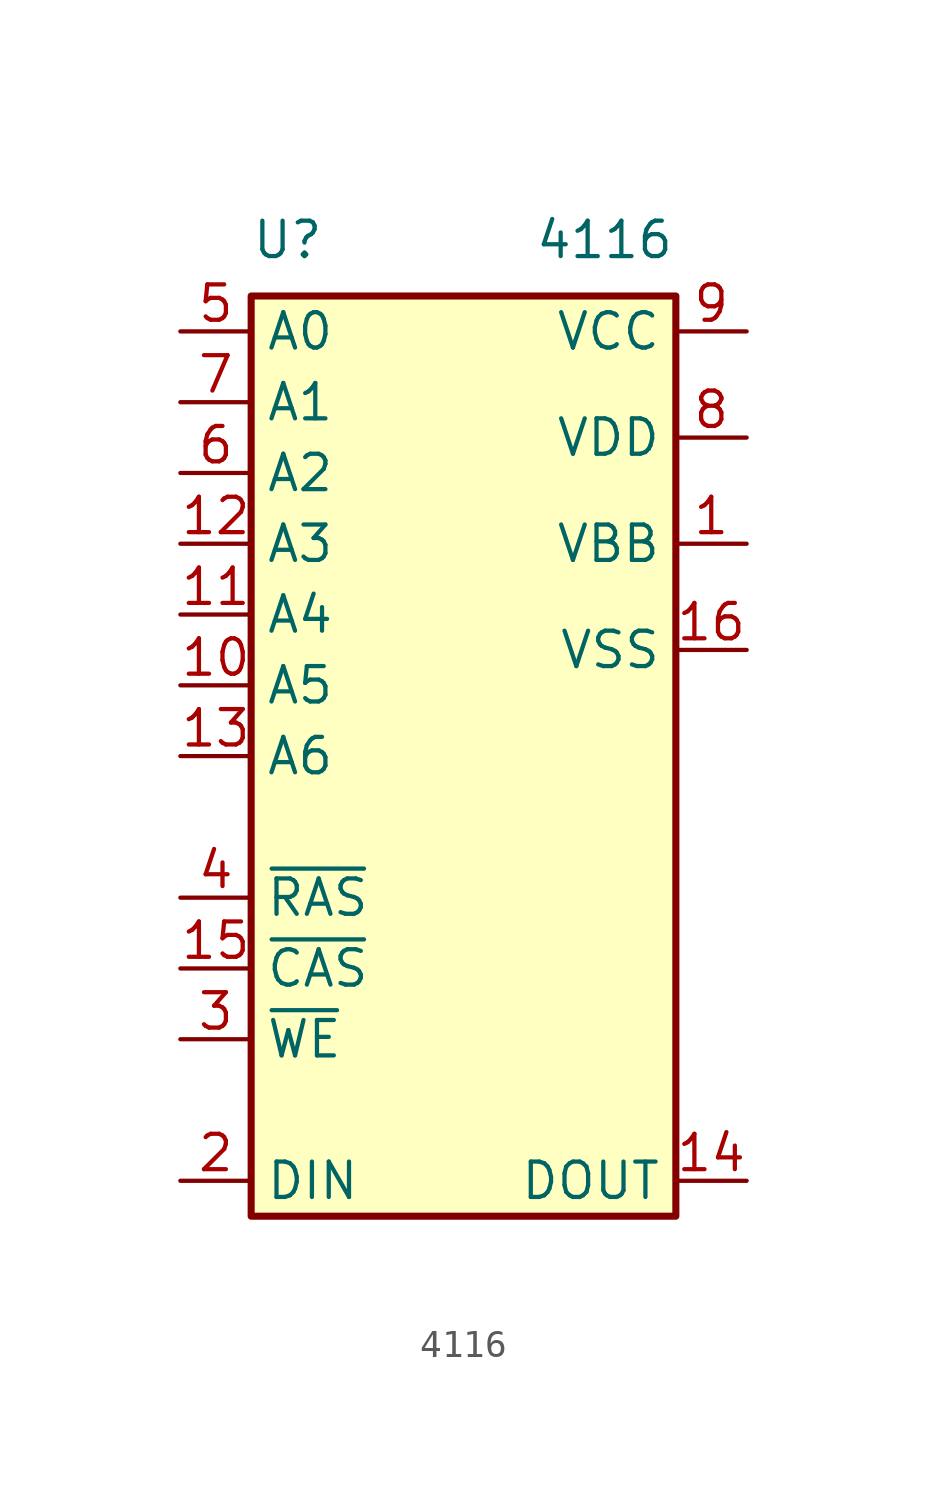
<source format=kicad_sym>
(kicad_symbol_lib
  (version 20220914)
  (generator kicad_symbol_editor)
  (symbol "4116"
    (property "Reference" "U"
      (at -7.62 17.78 0)
      (effects (font (size 1.27 1.27)) (justify left bottom)))
    (property "Value" "4116"
      (at 2.54 17.78 0)
      (effects (font (size 1.27 1.27)) (justify left bottom)))
    (symbol "4116_0_1"
      (rectangle (start -7.62 16.51) (end 7.62 -16.51) (stroke (width 0.254) (type default)) (fill (type background))))
    (symbol "4116_1_0"
      (pin power_in line (at 10.16 7.62 180) (length 2.54) (name "VBB" (effects (font (size 1.27 1.27)))) (number "1" (effects (font (size 1.27 1.27)))))
      (pin power_in line (at 10.16 3.81 180) (length 2.54) (name "VSS" (effects (font (size 1.27 1.27)))) (number "16" (effects (font (size 1.27 1.27)))))
      (pin power_in line (at 10.16 11.43 180) (length 2.54) (name "VDD" (effects (font (size 1.27 1.27)))) (number "8" (effects (font (size 1.27 1.27)))))
      (pin power_in line (at 10.16 15.24 180) (length 2.54) (name "VCC" (effects (font (size 1.27 1.27)))) (number "9" (effects (font (size 1.27 1.27))))))
    (symbol "4116_1_1"
      (pin input line (at -10.16 2.54 0) (length 2.54) (name "A5" (effects (font (size 1.27 1.27)))) (number "10" (effects (font (size 1.27 1.27)))))
      (pin input line (at -10.16 5.08 0) (length 2.54) (name "A4" (effects (font (size 1.27 1.27)))) (number "11" (effects (font (size 1.27 1.27)))))
      (pin input line (at -10.16 7.62 0) (length 2.54) (name "A3" (effects (font (size 1.27 1.27)))) (number "12" (effects (font (size 1.27 1.27)))))
      (pin input line (at -10.16 0 0) (length 2.54) (name "A6" (effects (font (size 1.27 1.27)))) (number "13" (effects (font (size 1.27 1.27)))))
      (pin tri_state line (at 10.16 -15.24 180) (length 2.54) (name "DOUT" (effects (font (size 1.27 1.27)))) (number "14" (effects (font (size 1.27 1.27)))))
      (pin input line (at -10.16 -7.62 0) (length 2.54) (name "~{CAS}" (effects (font (size 1.27 1.27)))) (number "15" (effects (font (size 1.27 1.27)))))
      (pin input line (at -10.16 -15.24 0) (length 2.54) (name "DIN" (effects (font (size 1.27 1.27)))) (number "2" (effects (font (size 1.27 1.27)))))
      (pin input line (at -10.16 -10.16 0) (length 2.54) (name "~{WE}" (effects (font (size 1.27 1.27)))) (number "3" (effects (font (size 1.27 1.27)))))
      (pin input line (at -10.16 -5.08 0) (length 2.54) (name "~{RAS}" (effects (font (size 1.27 1.27)))) (number "4" (effects (font (size 1.27 1.27)))))
      (pin input line (at -10.16 15.24 0) (length 2.54) (name "A0" (effects (font (size 1.27 1.27)))) (number "5" (effects (font (size 1.27 1.27)))))
      (pin input line (at -10.16 10.16 0) (length 2.54) (name "A2" (effects (font (size 1.27 1.27)))) (number "6" (effects (font (size 1.27 1.27)))))
      (pin input line (at -10.16 12.7 0) (length 2.54) (name "A1" (effects (font (size 1.27 1.27)))) (number "7" (effects (font (size 1.27 1.27))))))))
</source>
